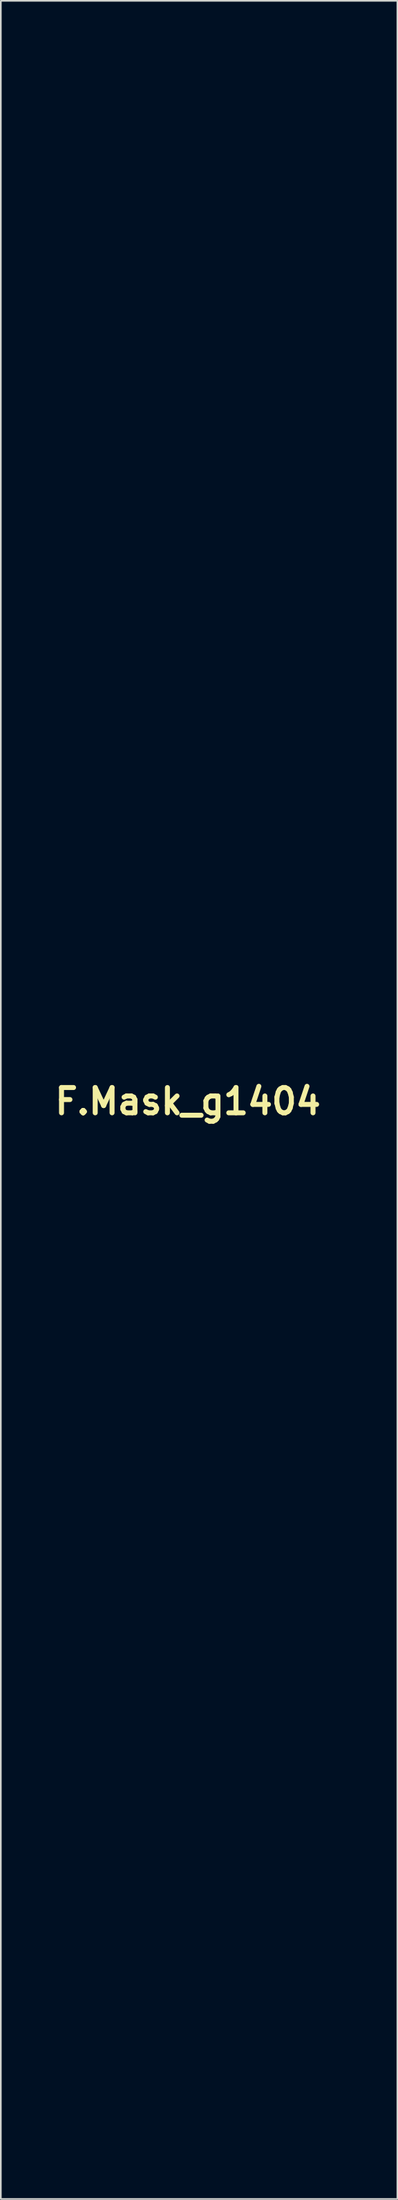
<source format=kicad_pcb>
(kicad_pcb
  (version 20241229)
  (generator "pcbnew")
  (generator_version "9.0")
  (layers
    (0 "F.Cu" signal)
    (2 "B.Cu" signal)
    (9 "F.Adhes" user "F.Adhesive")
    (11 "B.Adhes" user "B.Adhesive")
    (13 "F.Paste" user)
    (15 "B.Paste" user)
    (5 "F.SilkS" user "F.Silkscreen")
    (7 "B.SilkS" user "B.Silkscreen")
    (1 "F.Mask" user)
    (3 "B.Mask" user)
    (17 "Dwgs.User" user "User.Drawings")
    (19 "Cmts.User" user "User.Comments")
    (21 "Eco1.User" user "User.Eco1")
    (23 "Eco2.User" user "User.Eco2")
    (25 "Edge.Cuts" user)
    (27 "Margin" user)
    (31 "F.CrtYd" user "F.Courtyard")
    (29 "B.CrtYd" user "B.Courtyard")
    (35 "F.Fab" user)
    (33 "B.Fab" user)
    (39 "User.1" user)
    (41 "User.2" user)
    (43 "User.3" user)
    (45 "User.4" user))
  (footprint "F.Mask_g1404"
    (layer "F.Cu")
    (at 8.28 63.312)
    (property "Reference" "F.Mask_g1404" (at 0 0 0) (layer "F.SilkS") (effects (font (size 1.524 1.524) (thickness 0.3))))
    (attr through_hole)
    (fp_poly (pts (xy 4.08 37.617) (xy 4.563 37.617) (xy 5.083 37.618) (xy 5.218 37.618) (xy 8.922 37.624) (xy 9.042 37.669) (xy 9.22 37.758) (xy 9.37 37.877) (xy 9.491 38.025) (xy 9.571 38.179) (xy 9.62 38.301) (xy 9.626 42.079) (xy 9.627 42.559) (xy 9.628 42.997) (xy 9.629 43.398) (xy 9.629 43.761) (xy 9.63 44.09) (xy 9.63 44.385) (xy 9.629 44.65) (xy 9.629 44.885) (xy 9.627 45.093) (xy 9.626 45.276) (xy 9.623 45.435) (xy 9.62 45.572) (xy 9.616 45.69) (xy 9.612 45.789) (xy 9.606 45.873) (xy 9.6 45.942) (xy 9.593 45.999) (xy 9.584 46.046) (xy 9.574 46.084) (xy 9.564 46.115) (xy 9.552 46.141) (xy 9.538 46.165) (xy 9.524 46.187) (xy 9.507 46.21) (xy 9.49 46.236) (xy 9.483 46.245) (xy 9.366 46.39) (xy 9.221 46.502) (xy 9.05 46.582) (xy 8.856 46.628) (xy 8.845 46.63) (xy 8.806 46.632) (xy 8.727 46.634) (xy 8.611 46.636) (xy 8.462 46.638) (xy 8.28 46.64) (xy 8.07 46.641) (xy 7.834 46.643) (xy 7.574 46.644) (xy 7.294 46.645) (xy 6.995 46.646) (xy 6.682 46.647) (xy 6.356 46.647) (xy 6.02 46.648) (xy 5.677 46.648) (xy 5.33 46.648) (xy 4.98 46.648) (xy 4.632 46.648) (xy 4.288 46.647) (xy 3.95 46.647) (xy 3.622 46.646) (xy 3.305 46.645) (xy 3.003 46.644) (xy 2.718 46.643) (xy 2.453 46.642) (xy 2.21 46.641) (xy 1.993 46.639) (xy 1.805 46.637) (xy 1.647 46.636) (xy 1.522 46.634) (xy 1.434 46.631) (xy 1.385 46.629) (xy 1.379 46.629) (xy 1.201 46.585) (xy 1.034 46.505) (xy 0.887 46.394) (xy 0.768 46.257) (xy 0.734 46.205) (xy 0.72 46.181) (xy 0.706 46.158) (xy 0.694 46.137) (xy 0.683 46.114) (xy 0.672 46.088) (xy 0.663 46.056) (xy 0.655 46.018) (xy 0.648 45.971) (xy 0.642 45.913) (xy 0.636 45.842) (xy 0.632 45.757) (xy 0.628 45.655) (xy 0.624 45.535) (xy 0.622 45.394) (xy 0.619 45.232) (xy 0.618 45.045) (xy 0.616 44.833) (xy 0.615 44.592) (xy 0.615 44.322) (xy 0.614 44.021) (xy 0.614 43.686) (xy 0.614 43.316) (xy 0.614 42.908) (xy 0.614 42.462) (xy 0.614 42.119) (xy 0.614 41.652) (xy 0.614 41.225) (xy 0.614 40.837) (xy 0.614 40.486) (xy 0.614 40.169) (xy 0.615 39.885) (xy 0.615 39.632) (xy 0.616 39.408) (xy 0.617 39.211) (xy 0.618 39.039) (xy 0.619 38.891) (xy 0.621 38.764) (xy 0.622 38.656) (xy 0.624 38.567) (xy 0.627 38.492) (xy 0.629 38.432) (xy 0.632 38.384) (xy 0.636 38.345) (xy 0.639 38.315) (xy 0.643 38.291) (xy 0.648 38.271) (xy 0.653 38.254) (xy 0.654 38.25) (xy 0.731 38.069) (xy 0.839 37.916) (xy 0.976 37.792) (xy 1.14 37.7) (xy 1.326 37.642) (xy 1.374 37.633) (xy 1.416 37.63) (xy 1.499 37.628) (xy 1.625 37.625) (xy 1.791 37.623) (xy 1.999 37.621) (xy 2.247 37.62) (xy 2.534 37.618) (xy 2.862 37.618) (xy 3.229 37.617) (xy 3.635 37.617) (xy 4.08 37.617)) (stroke (width 0.01) (type solid)) (fill yes) (layer "F.Mask"))
    (fp_poly (pts (xy -2.67 59.228) (xy -2.289 59.23) (xy -2.265 59.23) (xy -1.942 59.232) (xy -1.659 59.233) (xy -1.411 59.235) (xy -1.196 59.236) (xy -1.011 59.239) (xy -0.852 59.241) (xy -0.716 59.245) (xy -0.6 59.249) (xy -0.501 59.255) (xy -0.415 59.261) (xy -0.34 59.269) (xy -0.272 59.279) (xy -0.208 59.291) (xy -0.145 59.304) (xy -0.079 59.319) (xy -0.008 59.337) (xy 0.053 59.353) (xy 0.197 59.399) (xy 0.357 59.466) (xy 0.519 59.546) (xy 0.668 59.634) (xy 0.778 59.712) (xy 0.962 59.886) (xy 1.113 60.087) (xy 1.233 60.314) (xy 1.319 60.567) (xy 1.372 60.844) (xy 1.393 61.146) (xy 1.389 61.323) (xy 1.358 61.634) (xy 1.296 61.916) (xy 1.202 62.169) (xy 1.077 62.394) (xy 0.921 62.591) (xy 0.733 62.759) (xy 0.515 62.898) (xy 0.265 63.009) (xy 0.074 63.069) (xy -0.138 63.125) (xy -1.259 63.129) (xy -1.52 63.13) (xy -1.806 63.13) (xy -2.107 63.129) (xy -2.413 63.128) (xy -2.713 63.126) (xy -2.997 63.124) (xy -3.255 63.121) (xy -3.387 63.12) (xy -3.622 63.117) (xy -3.82 63.113) (xy -3.984 63.11) (xy -4.119 63.107) (xy -4.229 63.103) (xy -4.319 63.099) (xy -4.392 63.093) (xy -4.454 63.087) (xy -4.509 63.079) (xy -4.561 63.069) (xy -4.609 63.059) (xy -4.91 62.979) (xy -5.175 62.875) (xy -5.407 62.748) (xy -5.606 62.595) (xy -5.773 62.417) (xy -5.908 62.211) (xy -6.013 61.979) (xy -6.086 61.73) (xy -6.129 61.468) (xy -6.143 61.191) (xy -6.142 61.172) (xy -5.469 61.172) (xy -5.458 61.418) (xy -5.421 61.634) (xy -5.355 61.82) (xy -5.261 61.979) (xy -5.135 62.112) (xy -4.976 62.223) (xy -4.782 62.313) (xy -4.552 62.384) (xy -4.413 62.415) (xy -4.371 62.422) (xy -4.318 62.428) (xy -4.252 62.434) (xy -4.168 62.439) (xy -4.065 62.443) (xy -3.938 62.447) (xy -3.785 62.451) (xy -3.602 62.454) (xy -3.385 62.457) (xy -3.133 62.461) (xy -2.889 62.463) (xy -2.488 62.468) (xy -2.127 62.471) (xy -1.803 62.473) (xy -1.516 62.474) (xy -1.261 62.474) (xy -1.038 62.473) (xy -0.844 62.471) (xy -0.676 62.468) (xy -0.533 62.463) (xy -0.413 62.458) (xy -0.312 62.451) (xy -0.229 62.442) (xy -0.162 62.432) (xy -0.108 62.421) (xy -0.108 62.421) (xy 0.09 62.358) (xy 0.256 62.272) (xy 0.395 62.16) (xy 0.428 62.126) (xy 0.534 61.989) (xy 0.615 61.838) (xy 0.672 61.666) (xy 0.706 61.468) (xy 0.72 61.238) (xy 0.72 61.193) (xy 0.708 60.95) (xy 0.669 60.737) (xy 0.602 60.55) (xy 0.505 60.39) (xy 0.377 60.255) (xy 0.217 60.142) (xy 0.022 60.051) (xy -0.208 59.979) (xy -0.476 59.927) (xy -0.538 59.918) (xy -0.589 59.912) (xy -0.664 59.908) (xy -0.763 59.904) (xy -0.889 59.9) (xy -1.044 59.898) (xy -1.231 59.895) (xy -1.45 59.894) (xy -1.705 59.892) (xy -1.997 59.892) (xy -2.329 59.891) (xy -2.466 59.891) (xy -2.778 59.891) (xy -3.05 59.891) (xy -3.286 59.892) (xy -3.489 59.892) (xy -3.661 59.893) (xy -3.807 59.894) (xy -3.928 59.896) (xy -4.028 59.898) (xy -4.11 59.901) (xy -4.178 59.904) (xy -4.233 59.908) (xy -4.279 59.913) (xy -4.319 59.919) (xy -4.357 59.926) (xy -4.394 59.934) (xy -4.413 59.938) (xy -4.654 60.003) (xy -4.857 60.083) (xy -5.027 60.182) (xy -5.167 60.3) (xy -5.28 60.441) (xy -5.352 60.568) (xy -5.404 60.689) (xy -5.439 60.811) (xy -5.46 60.945) (xy -5.469 61.103) (xy -5.469 61.172) (xy -6.142 61.172) (xy -6.13 60.913) (xy -6.088 60.647) (xy -6.061 60.537) (xy -6.015 60.406) (xy -5.948 60.261) (xy -5.869 60.116) (xy -5.785 59.988) (xy -5.767 59.964) (xy -5.609 59.792) (xy -5.417 59.639) (xy -5.195 59.507) (xy -4.947 59.398) (xy -4.677 59.314) (xy -4.391 59.258) (xy -4.281 59.245) (xy -4.212 59.24) (xy -4.106 59.236) (xy -3.964 59.232) (xy -3.784 59.23) (xy -3.565 59.228) (xy -3.307 59.228) (xy -3.009 59.228) (xy -2.67 59.228)) (stroke (width 0.01) (type solid)) (fill yes) (layer "F.Mask"))
    (fp_poly (pts (xy -1.695 -63.306) (xy -1.427 -63.304) (xy -1.198 -63.301) (xy -1.008 -63.297) (xy -0.859 -63.292) (xy -0.804 -63.289) (xy -0.484 -63.263) (xy -0.199 -63.222) (xy 0.053 -63.167) (xy 0.277 -63.095) (xy 0.477 -63.004) (xy 0.656 -62.894) (xy 0.82 -62.763) (xy 0.9 -62.686) (xy 1.047 -62.519) (xy 1.163 -62.346) (xy 1.254 -62.157) (xy 1.323 -61.943) (xy 1.367 -61.738) (xy 1.388 -61.563) (xy 1.394 -61.363) (xy 1.388 -61.152) (xy 1.369 -60.946) (xy 1.337 -60.759) (xy 1.323 -60.697) (xy 1.235 -60.431) (xy 1.117 -60.194) (xy 0.969 -59.987) (xy 0.79 -59.81) (xy 0.581 -59.662) (xy 0.342 -59.543) (xy 0.072 -59.454) (xy 0.067 -59.453) (xy -0.18 -59.388) (xy -1.037 -59.383) (xy -1.232 -59.383) (xy -1.46 -59.383) (xy -1.715 -59.383) (xy -1.987 -59.384) (xy -2.269 -59.386) (xy -2.552 -59.388) (xy -2.828 -59.39) (xy -3.089 -59.393) (xy -3.111 -59.393) (xy -3.387 -59.397) (xy -3.624 -59.4) (xy -3.826 -59.404) (xy -3.999 -59.408) (xy -4.145 -59.413) (xy -4.269 -59.419) (xy -4.374 -59.427) (xy -4.465 -59.437) (xy -4.547 -59.448) (xy -4.621 -59.462) (xy -4.694 -59.479) (xy -4.769 -59.499) (xy -4.849 -59.521) (xy -4.858 -59.524) (xy -5.128 -59.622) (xy -5.368 -59.749) (xy -5.576 -59.905) (xy -5.753 -60.087) (xy -5.897 -60.297) (xy -6.008 -60.532) (xy -6.086 -60.793) (xy -6.13 -61.078) (xy -6.141 -61.31) (xy -6.141 -61.314) (xy -5.468 -61.314) (xy -5.461 -61.153) (xy -5.445 -61.006) (xy -5.423 -60.897) (xy -5.358 -60.713) (xy -5.268 -60.557) (xy -5.151 -60.424) (xy -5.002 -60.313) (xy -4.82 -60.222) (xy -4.602 -60.147) (xy -4.497 -60.12) (xy -4.434 -60.111) (xy -4.331 -60.102) (xy -4.189 -60.094) (xy -4.011 -60.086) (xy -3.798 -60.08) (xy -3.553 -60.074) (xy -3.277 -60.069) (xy -2.972 -60.065) (xy -2.64 -60.063) (xy -2.283 -60.061) (xy -1.904 -60.06) (xy -1.503 -60.06) (xy -1.291 -60.061) (xy -1.049 -60.061) (xy -0.846 -60.062) (xy -0.677 -60.064) (xy -0.538 -60.065) (xy -0.426 -60.068) (xy -0.337 -60.071) (xy -0.266 -60.074) (xy -0.21 -60.079) (xy -0.165 -60.085) (xy -0.126 -60.093) (xy -0.091 -60.102) (xy -0.074 -60.106) (xy 0.131 -60.183) (xy 0.305 -60.284) (xy 0.447 -60.413) (xy 0.559 -60.569) (xy 0.642 -60.754) (xy 0.695 -60.968) (xy 0.719 -61.214) (xy 0.722 -61.317) (xy 0.713 -61.54) (xy 0.687 -61.73) (xy 0.639 -61.893) (xy 0.57 -62.035) (xy 0.475 -62.162) (xy 0.389 -62.249) (xy 0.273 -62.343) (xy 0.145 -62.42) (xy -0.001 -62.483) (xy -0.174 -62.534) (xy -0.381 -62.578) (xy -0.406 -62.583) (xy -0.448 -62.59) (xy -0.491 -62.596) (xy -0.54 -62.601) (xy -0.596 -62.605) (xy -0.664 -62.609) (xy -0.746 -62.612) (xy -0.845 -62.615) (xy -0.964 -62.617) (xy -1.106 -62.619) (xy -1.273 -62.62) (xy -1.47 -62.621) (xy -1.698 -62.621) (xy -1.961 -62.621) (xy -2.262 -62.622) (xy -2.445 -62.622) (xy -2.764 -62.622) (xy -3.044 -62.621) (xy -3.288 -62.621) (xy -3.497 -62.621) (xy -3.677 -62.62) (xy -3.828 -62.619) (xy -3.955 -62.618) (xy -4.06 -62.616) (xy -4.146 -62.613) (xy -4.217 -62.61) (xy -4.274 -62.606) (xy -4.321 -62.601) (xy -4.36 -62.596) (xy -4.396 -62.59) (xy -4.43 -62.582) (xy -4.466 -62.574) (xy -4.466 -62.574) (xy -4.712 -62.499) (xy -4.924 -62.399) (xy -5.101 -62.274) (xy -5.245 -62.125) (xy -5.354 -61.951) (xy -5.429 -61.752) (xy -5.432 -61.741) (xy -5.454 -61.622) (xy -5.466 -61.475) (xy -5.468 -61.314) (xy -6.141 -61.314) (xy -6.139 -61.431) (xy -6.134 -61.552) (xy -6.126 -61.659) (xy -6.117 -61.733) (xy -6.054 -62.005) (xy -5.956 -62.254) (xy -5.823 -62.479) (xy -5.658 -62.678) (xy -5.46 -62.851) (xy -5.23 -62.997) (xy -4.97 -63.117) (xy -4.678 -63.209) (xy -4.432 -63.26) (xy -4.385 -63.267) (xy -4.331 -63.273) (xy -4.268 -63.279) (xy -4.191 -63.283) (xy -4.097 -63.287) (xy -3.983 -63.291) (xy -3.847 -63.294) (xy -3.684 -63.296) (xy -3.492 -63.298) (xy -3.266 -63.301) (xy -3.005 -63.302) (xy -2.72 -63.304) (xy -2.342 -63.306) (xy -2 -63.307) (xy -1.695 -63.306)) (stroke (width 0.01) (type solid)) (fill yes) (layer "F.Mask")))
  (gr_rect
    (start -3 -3)
    (end 20.915 129.446)
    (stroke (width 0.1) (type default))
    (fill no)
    (layer "Edge.Cuts")))
</source>
